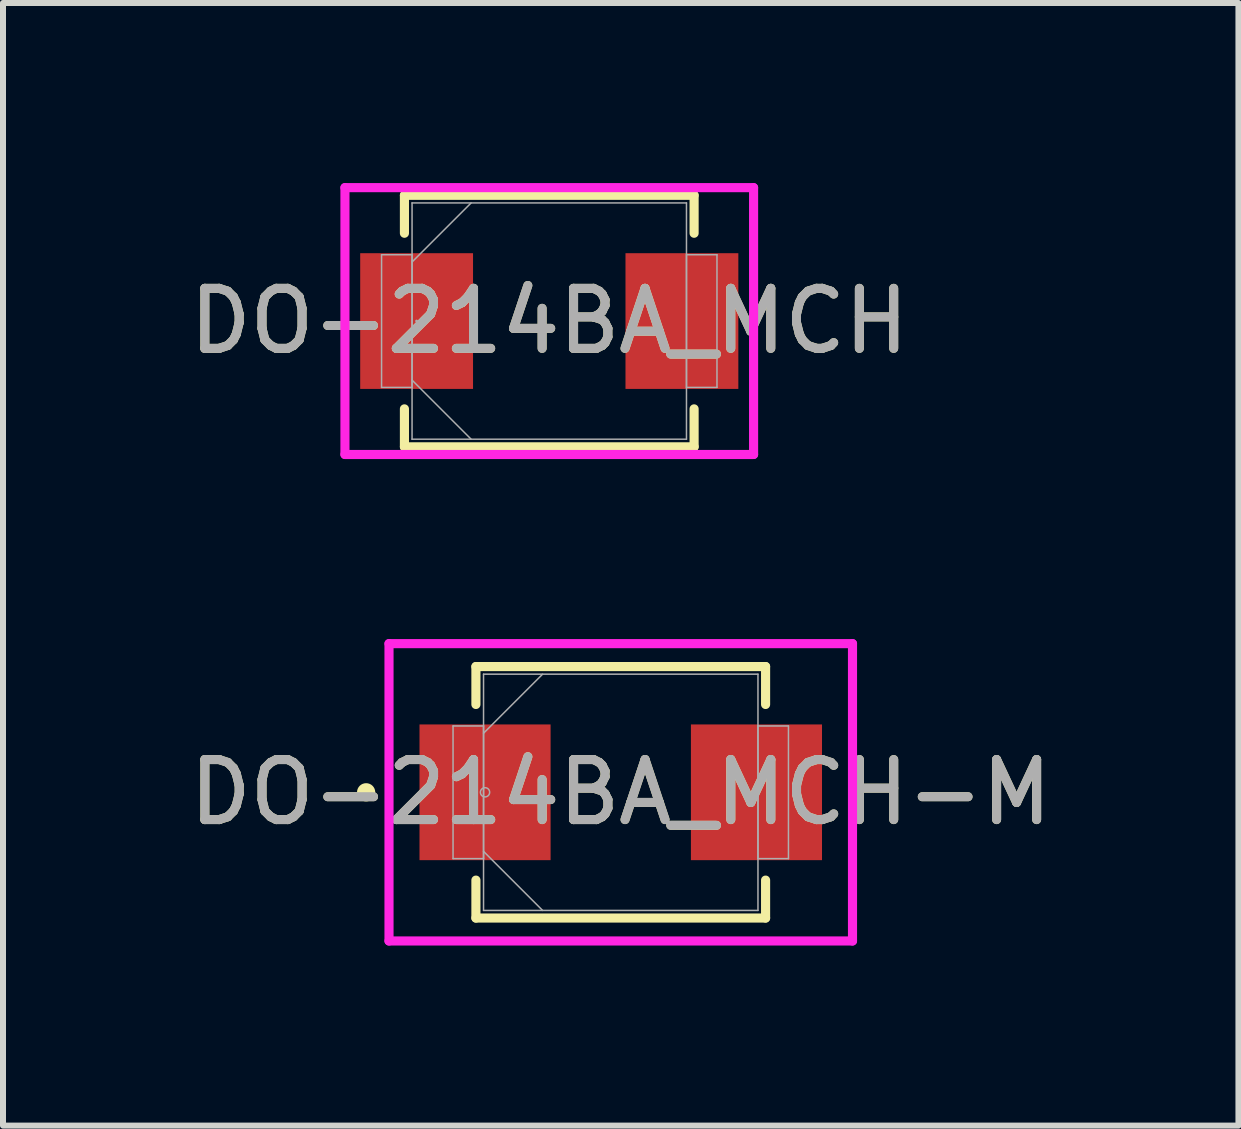
<source format=kicad_pcb>
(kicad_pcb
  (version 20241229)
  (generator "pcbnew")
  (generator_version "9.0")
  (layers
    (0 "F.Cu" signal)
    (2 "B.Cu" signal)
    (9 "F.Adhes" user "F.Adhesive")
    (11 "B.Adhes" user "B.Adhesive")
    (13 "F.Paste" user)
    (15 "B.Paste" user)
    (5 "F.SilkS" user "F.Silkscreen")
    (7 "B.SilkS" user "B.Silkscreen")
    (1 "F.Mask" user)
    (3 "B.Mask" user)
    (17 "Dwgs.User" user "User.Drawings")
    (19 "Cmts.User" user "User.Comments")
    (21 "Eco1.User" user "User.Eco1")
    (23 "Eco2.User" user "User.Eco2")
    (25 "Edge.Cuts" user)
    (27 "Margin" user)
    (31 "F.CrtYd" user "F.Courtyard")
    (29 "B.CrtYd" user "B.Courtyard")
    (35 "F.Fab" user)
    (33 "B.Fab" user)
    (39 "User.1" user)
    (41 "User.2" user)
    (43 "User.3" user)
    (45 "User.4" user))
  (footprint "DO-214BA_MCH-M"
    (layer "F.Cu")
    (at 7.292 10.15)
    (property "Reference" "DO-214BA_MCH-M" (at 0 0 0) (unlocked yes) (layer "F.SilkS") (effects (font (size 1 1) (thickness 0.15))))
    (attr smd)
    (fp_line (start -2.413 -2.095) (end -2.413 -1.463) (stroke (width 0.152) (type solid)) (layer "F.SilkS"))
    (fp_line (start -2.413 1.463) (end -2.413 2.095) (stroke (width 0.152) (type solid)) (layer "F.SilkS"))
    (fp_line (start -2.413 2.095) (end 2.413 2.095) (stroke (width 0.152) (type solid)) (layer "F.SilkS"))
    (fp_line (start 2.413 -2.095) (end -2.413 -2.095) (stroke (width 0.152) (type solid)) (layer "F.SilkS"))
    (fp_line (start 2.413 -1.463) (end 2.413 -2.095) (stroke (width 0.152) (type solid)) (layer "F.SilkS"))
    (fp_line (start 2.413 2.095) (end 2.413 1.463) (stroke (width 0.152) (type solid)) (layer "F.SilkS"))
    (fp_circle (center -4.242 0) (end -4.166 0) (stroke (width 0.152) (type solid)) (fill no) (layer "F.SilkS"))
    (fp_line (start -3.861 -2.477) (end 3.861 -2.477) (stroke (width 0.152) (type solid)) (layer "F.CrtYd"))
    (fp_line (start -3.861 2.477) (end -3.861 -2.477) (stroke (width 0.152) (type solid)) (layer "F.CrtYd"))
    (fp_line (start 3.861 -2.477) (end 3.861 2.477) (stroke (width 0.152) (type solid)) (layer "F.CrtYd"))
    (fp_line (start 3.861 2.477) (end -3.861 2.477) (stroke (width 0.152) (type solid)) (layer "F.CrtYd"))
    (fp_line (start -2.794 -1.105) (end -2.794 1.105) (stroke (width 0.025) (type solid)) (layer "F.Fab"))
    (fp_line (start -2.794 1.105) (end -2.286 1.105) (stroke (width 0.025) (type solid)) (layer "F.Fab"))
    (fp_line (start -2.286 -1.968) (end -2.286 1.968) (stroke (width 0.025) (type solid)) (layer "F.Fab"))
    (fp_line (start -2.286 -1.105) (end -2.794 -1.105) (stroke (width 0.025) (type solid)) (layer "F.Fab"))
    (fp_line (start -2.286 -0.984) (end -1.302 -1.968) (stroke (width 0.025) (type solid)) (layer "F.Fab"))
    (fp_line (start -2.286 0.984) (end -1.302 1.968) (stroke (width 0.025) (type solid)) (layer "F.Fab"))
    (fp_line (start -2.286 1.105) (end -2.286 -1.105) (stroke (width 0.025) (type solid)) (layer "F.Fab"))
    (fp_line (start -2.286 1.968) (end 2.286 1.968) (stroke (width 0.025) (type solid)) (layer "F.Fab"))
    (fp_line (start 2.286 -1.968) (end -2.286 -1.968) (stroke (width 0.025) (type solid)) (layer "F.Fab"))
    (fp_line (start 2.286 -1.105) (end 2.286 1.105) (stroke (width 0.025) (type solid)) (layer "F.Fab"))
    (fp_line (start 2.286 1.105) (end 2.794 1.105) (stroke (width 0.025) (type solid)) (layer "F.Fab"))
    (fp_line (start 2.286 1.968) (end 2.286 -1.968) (stroke (width 0.025) (type solid)) (layer "F.Fab"))
    (fp_line (start 2.794 -1.105) (end 2.286 -1.105) (stroke (width 0.025) (type solid)) (layer "F.Fab"))
    (fp_line (start 2.794 1.105) (end 2.794 -1.105) (stroke (width 0.025) (type solid)) (layer "F.Fab"))
    (fp_circle (center -2.261 0) (end -2.184 0) (stroke (width 0.025) (type solid)) (fill no) (layer "F.Fab"))
    (fp_text user "${REFERENCE}" (at 0 0 0) (unlocked yes) (layer "F.Fab") (effects (font (size 1 1) (thickness 0.15))))
    (pad "1" smd rect (at -2.261 0) (size 2.184 2.261) (layers "F.Cu" "F.Mask" "F.Paste"))
    (pad "2" smd rect (at 2.261 0) (size 2.184 2.261) (layers "F.Cu" "F.Mask" "F.Paste"))
    (zone (net_name "") (layer "F.Cu") (hatch full 0.508) (connect_pads) (min_thickness 0.254) (filled_areas_thickness no) (keepout (tracks not_allowed) (vias not_allowed) (pads allowed) (copperpour not_allowed) (footprints allowed)) (placement (enabled no)) (fill) (polygon (pts (xy 6.174 8.232) (xy 8.409 8.232) (xy 8.409 12.068) (xy 6.174 12.068)))))
  (footprint "DO-214BA_MCH"
    (layer "F.Cu")
    (at 6.101 2.299)
    (property "Reference" "DO-214BA_MCH" (at 0 0 0) (unlocked yes) (layer "F.SilkS") (effects (font (size 1 1) (thickness 0.15))))
    (attr smd)
    (fp_line (start -2.413 -2.095) (end -2.413 -1.463) (stroke (width 0.152) (type solid)) (layer "F.SilkS"))
    (fp_line (start -2.413 1.463) (end -2.413 2.095) (stroke (width 0.152) (type solid)) (layer "F.SilkS"))
    (fp_line (start -2.413 2.095) (end 2.413 2.095) (stroke (width 0.152) (type solid)) (layer "F.SilkS"))
    (fp_line (start 2.413 -2.095) (end -2.413 -2.095) (stroke (width 0.152) (type solid)) (layer "F.SilkS"))
    (fp_line (start 2.413 -1.463) (end 2.413 -2.095) (stroke (width 0.152) (type solid)) (layer "F.SilkS"))
    (fp_line (start 2.413 2.095) (end 2.413 1.463) (stroke (width 0.152) (type solid)) (layer "F.SilkS"))
    (fp_line (start -3.404 -2.223) (end 3.404 -2.223) (stroke (width 0.152) (type solid)) (layer "F.CrtYd"))
    (fp_line (start -3.404 2.223) (end -3.404 -2.223) (stroke (width 0.152) (type solid)) (layer "F.CrtYd"))
    (fp_line (start 3.404 -2.223) (end 3.404 2.223) (stroke (width 0.152) (type solid)) (layer "F.CrtYd"))
    (fp_line (start 3.404 2.223) (end -3.404 2.223) (stroke (width 0.152) (type solid)) (layer "F.CrtYd"))
    (fp_line (start -2.794 -1.105) (end -2.794 1.105) (stroke (width 0.025) (type solid)) (layer "F.Fab"))
    (fp_line (start -2.794 1.105) (end -2.286 1.105) (stroke (width 0.025) (type solid)) (layer "F.Fab"))
    (fp_line (start -2.286 -1.968) (end -2.286 1.968) (stroke (width 0.025) (type solid)) (layer "F.Fab"))
    (fp_line (start -2.286 -1.105) (end -2.794 -1.105) (stroke (width 0.025) (type solid)) (layer "F.Fab"))
    (fp_line (start -2.286 -0.984) (end -1.302 -1.968) (stroke (width 0.025) (type solid)) (layer "F.Fab"))
    (fp_line (start -2.286 0.984) (end -1.302 1.968) (stroke (width 0.025) (type solid)) (layer "F.Fab"))
    (fp_line (start -2.286 1.105) (end -2.286 -1.105) (stroke (width 0.025) (type solid)) (layer "F.Fab"))
    (fp_line (start -2.286 1.968) (end 2.286 1.968) (stroke (width 0.025) (type solid)) (layer "F.Fab"))
    (fp_line (start 2.286 -1.968) (end -2.286 -1.968) (stroke (width 0.025) (type solid)) (layer "F.Fab"))
    (fp_line (start 2.286 -1.105) (end 2.286 1.105) (stroke (width 0.025) (type solid)) (layer "F.Fab"))
    (fp_line (start 2.286 1.105) (end 2.794 1.105) (stroke (width 0.025) (type solid)) (layer "F.Fab"))
    (fp_line (start 2.286 1.968) (end 2.286 -1.968) (stroke (width 0.025) (type solid)) (layer "F.Fab"))
    (fp_line (start 2.794 -1.105) (end 2.286 -1.105) (stroke (width 0.025) (type solid)) (layer "F.Fab"))
    (fp_line (start 2.794 1.105) (end 2.794 -1.105) (stroke (width 0.025) (type solid)) (layer "F.Fab"))
    (fp_circle (center -2.21 0) (end -2.21 0) (stroke (width 0.025) (type solid)) (fill no) (layer "F.Fab"))
    (fp_text user "${REFERENCE}" (at 0 0 0) (unlocked yes) (layer "F.Fab") (effects (font (size 1 1) (thickness 0.15))))
    (pad "1" smd rect (at -2.21 0) (size 1.88 2.261) (layers "F.Cu" "F.Mask" "F.Paste"))
    (pad "2" smd rect (at 2.21 0) (size 1.88 2.261) (layers "F.Cu" "F.Mask" "F.Paste"))
    (zone (net_name "") (layer "F.Cu") (hatch full 0.508) (connect_pads) (min_thickness 0.254) (filled_areas_thickness no) (keepout (tracks not_allowed) (vias not_allowed) (pads allowed) (copperpour not_allowed) (footprints allowed)) (placement (enabled no)) (fill) (polygon (pts (xy 4.882 0.381) (xy 7.32 0.381) (xy 7.32 4.216) (xy 4.882 4.216)))))
  (gr_rect
    (start -3 -3)
    (end 17.583 15.703)
    (stroke (width 0.1) (type default))
    (fill no)
    (layer "Edge.Cuts")))
</source>
